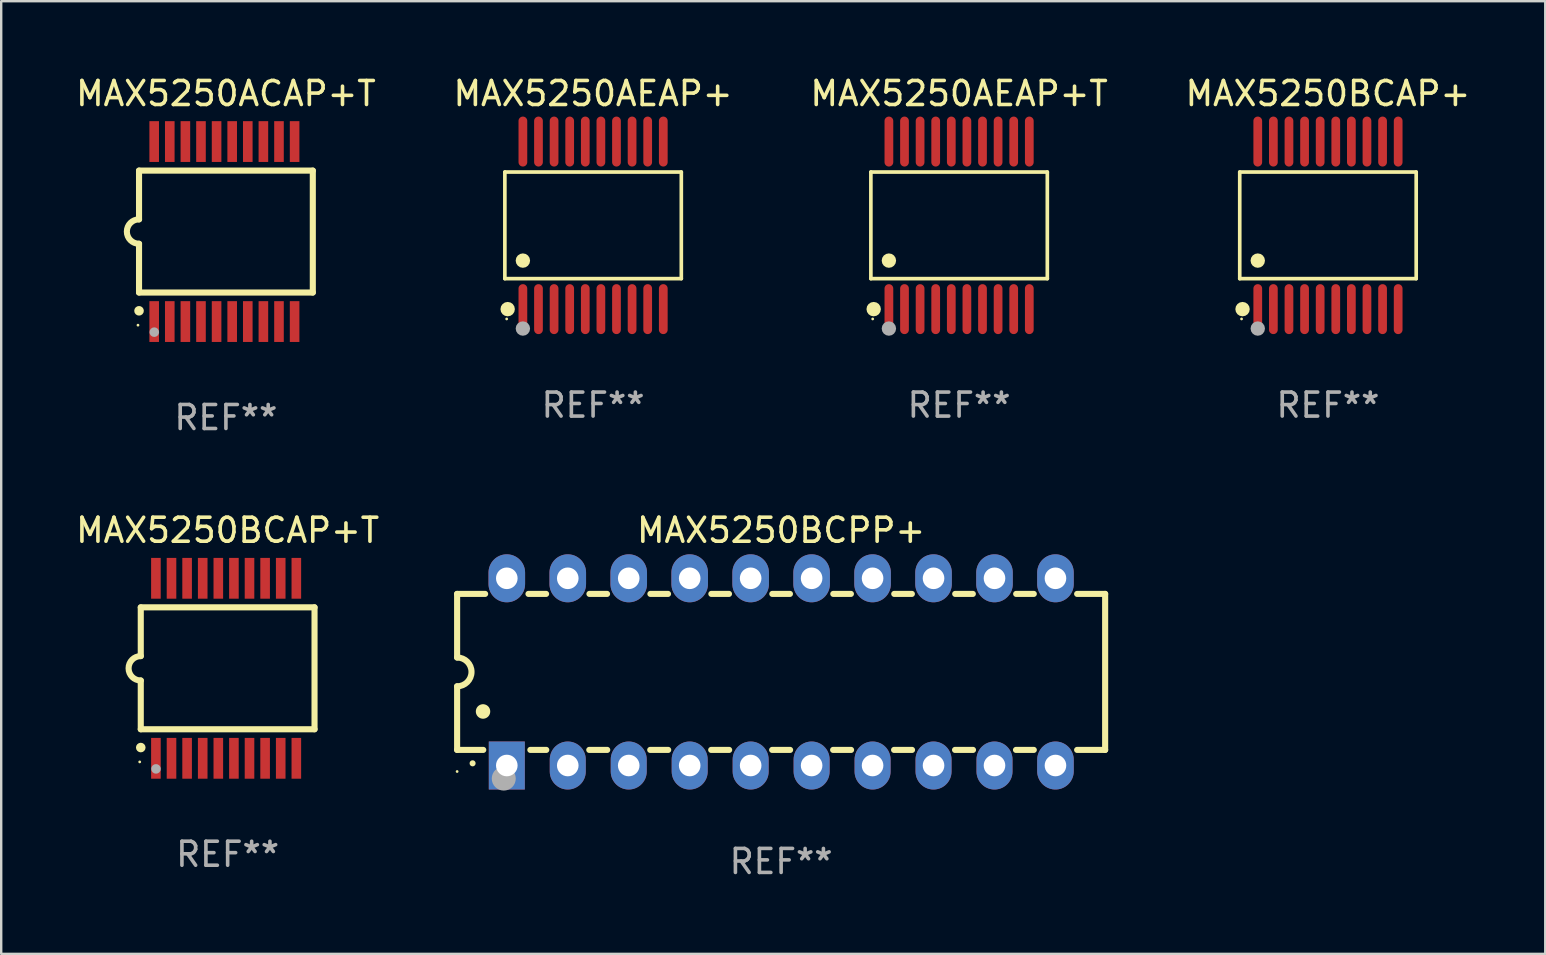
<source format=kicad_pcb>
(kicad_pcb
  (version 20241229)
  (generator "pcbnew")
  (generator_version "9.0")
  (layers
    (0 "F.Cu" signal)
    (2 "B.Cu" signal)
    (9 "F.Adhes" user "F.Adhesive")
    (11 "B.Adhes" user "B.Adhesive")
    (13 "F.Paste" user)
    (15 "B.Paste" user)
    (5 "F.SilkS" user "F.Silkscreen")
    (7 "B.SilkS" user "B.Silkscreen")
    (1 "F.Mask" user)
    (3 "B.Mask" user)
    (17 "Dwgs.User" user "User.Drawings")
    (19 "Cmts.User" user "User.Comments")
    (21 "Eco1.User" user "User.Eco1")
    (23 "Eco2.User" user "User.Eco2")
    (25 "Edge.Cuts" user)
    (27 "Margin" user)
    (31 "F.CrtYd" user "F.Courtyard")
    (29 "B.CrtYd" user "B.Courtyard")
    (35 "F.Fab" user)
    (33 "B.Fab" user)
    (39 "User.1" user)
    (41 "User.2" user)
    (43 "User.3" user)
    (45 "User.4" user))
  (footprint "MAX5250AEAP+T"
    (layer "F.Cu")
    (at 36.911 6.339)
    (property "Reference" "MAX5250AEAP+T" (at 0 -5.491 0) (layer "F.SilkS") (effects (font (size 1 1) (thickness 0.15))))
    (attr through_hole)
    (fp_line (start -3.676 -2.221) (end 3.676 -2.221) (stroke (width 0.152) (type solid)) (layer "F.SilkS"))
    (fp_line (start -3.676 2.221) (end -3.676 -2.221) (stroke (width 0.152) (type solid)) (layer "F.SilkS"))
    (fp_line (start 3.676 -2.221) (end 3.676 2.221) (stroke (width 0.152) (type solid)) (layer "F.SilkS"))
    (fp_line (start 3.676 2.221) (end -3.676 2.221) (stroke (width 0.152) (type solid)) (layer "F.SilkS"))
    (fp_circle (center -3.6 3.9) (end -3.57 3.9) (stroke (width 0.06) (type solid)) (fill no) (layer "F.SilkS"))
    (fp_circle (center -3.559 3.491) (end -3.409 3.491) (stroke (width 0.3) (type solid)) (fill no) (layer "F.SilkS"))
    (fp_circle (center -2.925 1.469) (end -2.775 1.469) (stroke (width 0.3) (type solid)) (fill no) (layer "F.SilkS"))
    (fp_circle (center -2.925 4.3) (end -2.775 4.3) (stroke (width 0.3) (type solid)) (fill no) (layer "F.Fab"))
    (fp_text user "REF**" (at 0 7.491 0) (layer "F.Fab") (effects (font (size 1 1) (thickness 0.15))))
    (pad "1" smd oval (at -2.925 3.491) (size 0.364 2.082) (layers "F.Cu" "F.Mask" "F.Paste"))
    (pad "2" smd oval (at -2.275 3.491) (size 0.364 2.082) (layers "F.Cu" "F.Mask" "F.Paste"))
    (pad "3" smd oval (at -1.625 3.491) (size 0.364 2.082) (layers "F.Cu" "F.Mask" "F.Paste"))
    (pad "4" smd oval (at -0.975 3.491) (size 0.364 2.082) (layers "F.Cu" "F.Mask" "F.Paste"))
    (pad "5" smd oval (at -0.325 3.491) (size 0.364 2.082) (layers "F.Cu" "F.Mask" "F.Paste"))
    (pad "6" smd oval (at 0.325 3.491) (size 0.364 2.082) (layers "F.Cu" "F.Mask" "F.Paste"))
    (pad "7" smd oval (at 0.975 3.491) (size 0.364 2.082) (layers "F.Cu" "F.Mask" "F.Paste"))
    (pad "8" smd oval (at 1.625 3.491) (size 0.364 2.082) (layers "F.Cu" "F.Mask" "F.Paste"))
    (pad "9" smd oval (at 2.275 3.491) (size 0.364 2.082) (layers "F.Cu" "F.Mask" "F.Paste"))
    (pad "10" smd oval (at 2.925 3.491) (size 0.364 2.082) (layers "F.Cu" "F.Mask" "F.Paste"))
    (pad "11" smd oval (at 2.925 -3.491) (size 0.364 2.082) (layers "F.Cu" "F.Mask" "F.Paste"))
    (pad "12" smd oval (at 2.275 -3.491) (size 0.364 2.082) (layers "F.Cu" "F.Mask" "F.Paste"))
    (pad "13" smd oval (at 1.625 -3.491) (size 0.364 2.082) (layers "F.Cu" "F.Mask" "F.Paste"))
    (pad "14" smd oval (at 0.975 -3.491) (size 0.364 2.082) (layers "F.Cu" "F.Mask" "F.Paste"))
    (pad "15" smd oval (at 0.325 -3.491) (size 0.364 2.082) (layers "F.Cu" "F.Mask" "F.Paste"))
    (pad "16" smd oval (at -0.325 -3.491) (size 0.364 2.082) (layers "F.Cu" "F.Mask" "F.Paste"))
    (pad "17" smd oval (at -0.975 -3.491) (size 0.364 2.082) (layers "F.Cu" "F.Mask" "F.Paste"))
    (pad "18" smd oval (at -1.625 -3.491) (size 0.364 2.082) (layers "F.Cu" "F.Mask" "F.Paste"))
    (pad "19" smd oval (at -2.275 -3.491) (size 0.364 2.082) (layers "F.Cu" "F.Mask" "F.Paste"))
    (pad "20" smd oval (at -2.925 -3.491) (size 0.364 2.082) (layers "F.Cu" "F.Mask" "F.Paste")))
  (footprint "MAX5250AEAP+"
    (layer "F.Cu")
    (at 21.661 6.339)
    (property "Reference" "MAX5250AEAP+" (at 0 -5.491 0) (layer "F.SilkS") (effects (font (size 1 1) (thickness 0.15))))
    (attr through_hole)
    (fp_line (start -3.676 -2.221) (end 3.676 -2.221) (stroke (width 0.152) (type solid)) (layer "F.SilkS"))
    (fp_line (start -3.676 2.221) (end -3.676 -2.221) (stroke (width 0.152) (type solid)) (layer "F.SilkS"))
    (fp_line (start 3.676 -2.221) (end 3.676 2.221) (stroke (width 0.152) (type solid)) (layer "F.SilkS"))
    (fp_line (start 3.676 2.221) (end -3.676 2.221) (stroke (width 0.152) (type solid)) (layer "F.SilkS"))
    (fp_circle (center -3.6 3.9) (end -3.57 3.9) (stroke (width 0.06) (type solid)) (fill no) (layer "F.SilkS"))
    (fp_circle (center -3.559 3.491) (end -3.409 3.491) (stroke (width 0.3) (type solid)) (fill no) (layer "F.SilkS"))
    (fp_circle (center -2.925 1.469) (end -2.775 1.469) (stroke (width 0.3) (type solid)) (fill no) (layer "F.SilkS"))
    (fp_circle (center -2.925 4.3) (end -2.775 4.3) (stroke (width 0.3) (type solid)) (fill no) (layer "F.Fab"))
    (fp_text user "REF**" (at 0 7.491 0) (layer "F.Fab") (effects (font (size 1 1) (thickness 0.15))))
    (pad "1" smd oval (at -2.925 3.491) (size 0.364 2.082) (layers "F.Cu" "F.Mask" "F.Paste"))
    (pad "2" smd oval (at -2.275 3.491) (size 0.364 2.082) (layers "F.Cu" "F.Mask" "F.Paste"))
    (pad "3" smd oval (at -1.625 3.491) (size 0.364 2.082) (layers "F.Cu" "F.Mask" "F.Paste"))
    (pad "4" smd oval (at -0.975 3.491) (size 0.364 2.082) (layers "F.Cu" "F.Mask" "F.Paste"))
    (pad "5" smd oval (at -0.325 3.491) (size 0.364 2.082) (layers "F.Cu" "F.Mask" "F.Paste"))
    (pad "6" smd oval (at 0.325 3.491) (size 0.364 2.082) (layers "F.Cu" "F.Mask" "F.Paste"))
    (pad "7" smd oval (at 0.975 3.491) (size 0.364 2.082) (layers "F.Cu" "F.Mask" "F.Paste"))
    (pad "8" smd oval (at 1.625 3.491) (size 0.364 2.082) (layers "F.Cu" "F.Mask" "F.Paste"))
    (pad "9" smd oval (at 2.275 3.491) (size 0.364 2.082) (layers "F.Cu" "F.Mask" "F.Paste"))
    (pad "10" smd oval (at 2.925 3.491) (size 0.364 2.082) (layers "F.Cu" "F.Mask" "F.Paste"))
    (pad "11" smd oval (at 2.925 -3.491) (size 0.364 2.082) (layers "F.Cu" "F.Mask" "F.Paste"))
    (pad "12" smd oval (at 2.275 -3.491) (size 0.364 2.082) (layers "F.Cu" "F.Mask" "F.Paste"))
    (pad "13" smd oval (at 1.625 -3.491) (size 0.364 2.082) (layers "F.Cu" "F.Mask" "F.Paste"))
    (pad "14" smd oval (at 0.975 -3.491) (size 0.364 2.082) (layers "F.Cu" "F.Mask" "F.Paste"))
    (pad "15" smd oval (at 0.325 -3.491) (size 0.364 2.082) (layers "F.Cu" "F.Mask" "F.Paste"))
    (pad "16" smd oval (at -0.325 -3.491) (size 0.364 2.082) (layers "F.Cu" "F.Mask" "F.Paste"))
    (pad "17" smd oval (at -0.975 -3.491) (size 0.364 2.082) (layers "F.Cu" "F.Mask" "F.Paste"))
    (pad "18" smd oval (at -1.625 -3.491) (size 0.364 2.082) (layers "F.Cu" "F.Mask" "F.Paste"))
    (pad "19" smd oval (at -2.275 -3.491) (size 0.364 2.082) (layers "F.Cu" "F.Mask" "F.Paste"))
    (pad "20" smd oval (at -2.925 -3.491) (size 0.364 2.082) (layers "F.Cu" "F.Mask" "F.Paste")))
  (footprint "MAX5250BCAP+T"
    (layer "F.Cu")
    (at 6.435 24.795)
    (property "Reference" "MAX5250BCAP+T" (at 0 -5.75 0) (layer "F.SilkS") (effects (font (size 1 1) (thickness 0.15))))
    (attr through_hole)
    (fp_line (start -3.62 -2.54) (end 3.62 -2.54) (stroke (width 0.254) (type solid)) (layer "F.SilkS"))
    (fp_line (start -3.62 -0.508) (end -3.62 -2.54) (stroke (width 0.254) (type solid)) (layer "F.SilkS"))
    (fp_line (start -3.62 2.54) (end -3.62 0.508) (stroke (width 0.254) (type solid)) (layer "F.SilkS"))
    (fp_line (start 3.62 -2.54) (end 3.62 2.54) (stroke (width 0.254) (type solid)) (layer "F.SilkS"))
    (fp_line (start 3.62 2.54) (end -3.62 2.54) (stroke (width 0.254) (type solid)) (layer "F.SilkS"))
    (fp_arc (start -3.619507 0.508052) (mid -4.125607 0.000051) (end -3.619507 -0.50795) (stroke (width 0.254001) (type solid)) (layer "F.SilkS"))
    (fp_circle (center -3.664 3.9) (end -3.634 3.9) (stroke (width 0.06) (type solid)) (fill no) (layer "F.SilkS"))
    (fp_circle (center -3.62 3.302) (end -3.52 3.302) (stroke (width 0.2) (type solid)) (fill no) (layer "F.SilkS"))
    (fp_circle (center -2.985 4.191) (end -2.885 4.191) (stroke (width 0.2) (type solid)) (fill no) (layer "F.Fab"))
    (fp_text user "REF**" (at 0 7.75 0) (layer "F.Fab") (effects (font (size 1 1) (thickness 0.15))))
    (pad "1" smd rect (at -2.989 3.75) (size 0.4 1.7) (layers "F.Cu" "F.Mask" "F.Paste"))
    (pad "2" smd rect (at -2.339 3.75) (size 0.4 1.7) (layers "F.Cu" "F.Mask" "F.Paste"))
    (pad "3" smd rect (at -1.689 3.75) (size 0.4 1.7) (layers "F.Cu" "F.Mask" "F.Paste"))
    (pad "4" smd rect (at -1.039 3.75) (size 0.4 1.7) (layers "F.Cu" "F.Mask" "F.Paste"))
    (pad "5" smd rect (at -0.389 3.75) (size 0.4 1.7) (layers "F.Cu" "F.Mask" "F.Paste"))
    (pad "6" smd rect (at 0.261 3.75) (size 0.4 1.7) (layers "F.Cu" "F.Mask" "F.Paste"))
    (pad "7" smd rect (at 0.911 3.75) (size 0.4 1.7) (layers "F.Cu" "F.Mask" "F.Paste"))
    (pad "8" smd rect (at 1.561 3.75) (size 0.4 1.7) (layers "F.Cu" "F.Mask" "F.Paste"))
    (pad "9" smd rect (at 2.211 3.75) (size 0.4 1.7) (layers "F.Cu" "F.Mask" "F.Paste"))
    (pad "10" smd rect (at 2.862 3.75) (size 0.4 1.7) (layers "F.Cu" "F.Mask" "F.Paste"))
    (pad "11" smd rect (at 2.862 -3.75) (size 0.4 1.7) (layers "F.Cu" "F.Mask" "F.Paste"))
    (pad "12" smd rect (at 2.211 -3.75) (size 0.4 1.7) (layers "F.Cu" "F.Mask" "F.Paste"))
    (pad "13" smd rect (at 1.561 -3.75) (size 0.4 1.7) (layers "F.Cu" "F.Mask" "F.Paste"))
    (pad "14" smd rect (at 0.911 -3.75) (size 0.4 1.7) (layers "F.Cu" "F.Mask" "F.Paste"))
    (pad "15" smd rect (at 0.261 -3.75) (size 0.4 1.7) (layers "F.Cu" "F.Mask" "F.Paste"))
    (pad "16" smd rect (at -0.389 -3.75) (size 0.4 1.7) (layers "F.Cu" "F.Mask" "F.Paste"))
    (pad "17" smd rect (at -1.039 -3.75) (size 0.4 1.7) (layers "F.Cu" "F.Mask" "F.Paste"))
    (pad "18" smd rect (at -1.689 -3.75) (size 0.4 1.7) (layers "F.Cu" "F.Mask" "F.Paste"))
    (pad "19" smd rect (at -2.339 -3.75) (size 0.4 1.7) (layers "F.Cu" "F.Mask" "F.Paste"))
    (pad "20" smd rect (at -2.989 -3.75) (size 0.4 1.7) (layers "F.Cu" "F.Mask" "F.Paste")))
  (footprint "MAX5250BCPP+"
    (layer "F.Cu")
    (at 29.496 24.945)
    (property "Reference" "MAX5250BCPP+" (at 0 -5.9 0) (layer "F.SilkS") (effects (font (size 1 1) (thickness 0.15))))
    (attr through_hole)
    (fp_line (start -13.5 -3.25) (end -12.333 -3.25) (stroke (width 0.254) (type solid)) (layer "F.SilkS"))
    (fp_line (start -13.5 -0.6) (end -13.5 -3.25) (stroke (width 0.254) (type solid)) (layer "F.SilkS"))
    (fp_line (start -13.5 3.25) (end -13.5 0.6) (stroke (width 0.254) (type solid)) (layer "F.SilkS"))
    (fp_line (start -13.5 3.25) (end -12.411 3.25) (stroke (width 0.254) (type solid)) (layer "F.SilkS"))
    (fp_line (start -10.527 -3.25) (end -9.793 -3.25) (stroke (width 0.254) (type solid)) (layer "F.SilkS"))
    (fp_line (start -10.449 3.25) (end -9.786 3.25) (stroke (width 0.254) (type solid)) (layer "F.SilkS"))
    (fp_line (start -7.994 3.25) (end -7.246 3.25) (stroke (width 0.254) (type solid)) (layer "F.SilkS"))
    (fp_line (start -7.987 -3.25) (end -7.253 -3.25) (stroke (width 0.254) (type solid)) (layer "F.SilkS"))
    (fp_line (start -5.454 3.25) (end -4.706 3.25) (stroke (width 0.254) (type solid)) (layer "F.SilkS"))
    (fp_line (start -5.447 -3.25) (end -4.713 -3.25) (stroke (width 0.254) (type solid)) (layer "F.SilkS"))
    (fp_line (start -2.914 3.25) (end -2.166 3.25) (stroke (width 0.254) (type solid)) (layer "F.SilkS"))
    (fp_line (start -2.907 -3.25) (end -2.173 -3.25) (stroke (width 0.254) (type solid)) (layer "F.SilkS"))
    (fp_line (start -0.374 3.25) (end 0.374 3.25) (stroke (width 0.254) (type solid)) (layer "F.SilkS"))
    (fp_line (start -0.367 -3.25) (end 0.367 -3.25) (stroke (width 0.254) (type solid)) (layer "F.SilkS"))
    (fp_line (start 2.166 3.25) (end 2.914 3.25) (stroke (width 0.254) (type solid)) (layer "F.SilkS"))
    (fp_line (start 2.173 -3.25) (end 2.907 -3.25) (stroke (width 0.254) (type solid)) (layer "F.SilkS"))
    (fp_line (start 4.706 3.25) (end 5.454 3.25) (stroke (width 0.254) (type solid)) (layer "F.SilkS"))
    (fp_line (start 4.713 -3.25) (end 5.447 -3.25) (stroke (width 0.254) (type solid)) (layer "F.SilkS"))
    (fp_line (start 7.246 3.25) (end 7.994 3.25) (stroke (width 0.254) (type solid)) (layer "F.SilkS"))
    (fp_line (start 7.253 -3.25) (end 7.987 -3.25) (stroke (width 0.254) (type solid)) (layer "F.SilkS"))
    (fp_line (start 9.786 3.25) (end 10.527 3.25) (stroke (width 0.254) (type solid)) (layer "F.SilkS"))
    (fp_line (start 9.793 -3.25) (end 10.527 -3.25) (stroke (width 0.254) (type solid)) (layer "F.SilkS"))
    (fp_line (start 12.333 -3.25) (end 13.5 -3.25) (stroke (width 0.254) (type solid)) (layer "F.SilkS"))
    (fp_line (start 12.333 3.25) (end 13.5 3.25) (stroke (width 0.254) (type solid)) (layer "F.SilkS"))
    (fp_line (start 13.5 -3.25) (end 13.5 3.25) (stroke (width 0.254) (type solid)) (layer "F.SilkS"))
    (fp_arc (start -13.500127 -0.599442) (mid -12.900406 0.000228) (end -13.500025 0.6) (stroke (width 0.254001) (type solid)) (layer "F.SilkS"))
    (fp_arc (start -12.854966 3.810008) (mid -12.854973 3.808738) (end -12.854966 3.807468) (stroke (width 0.25) (type solid)) (layer "F.SilkS"))
    (fp_arc (start -12.420625 1.651003) (mid -12.420636 1.648463) (end -12.420625 1.645923) (stroke (width 0.6) (type solid)) (layer "F.SilkS"))
    (fp_circle (center -13.5 4.15) (end -13.47 4.15) (stroke (width 0.06) (type solid)) (fill no) (layer "F.SilkS"))
    (fp_circle (center -11.557 4.445) (end -11.307 4.445) (stroke (width 0.5) (type solid)) (fill no) (layer "F.Fab"))
    (fp_text user "REF**" (at 0 7.9 0) (layer "F.Fab") (effects (font (size 1 1) (thickness 0.15))))
    (pad "1" thru_hole rect (at -11.43 3.9 90) (size 2 1.5) (drill 0.9) (layers "*.Cu" "*.Mask"))
    (pad "2" thru_hole oval (at -8.89 3.9 90) (size 2 1.5) (drill 0.9) (layers "*.Cu" "*.Mask"))
    (pad "3" thru_hole oval (at -6.35 3.9 90) (size 2 1.5) (drill 0.9) (layers "*.Cu" "*.Mask"))
    (pad "4" thru_hole oval (at -3.81 3.9 90) (size 2 1.5) (drill 0.9) (layers "*.Cu" "*.Mask"))
    (pad "5" thru_hole oval (at -1.27 3.9 90) (size 2 1.5) (drill 0.9) (layers "*.Cu" "*.Mask"))
    (pad "6" thru_hole oval (at 1.27 3.9 90) (size 2 1.5) (drill 0.9) (layers "*.Cu" "*.Mask"))
    (pad "7" thru_hole oval (at 3.81 3.9 90) (size 2 1.5) (drill 0.9) (layers "*.Cu" "*.Mask"))
    (pad "8" thru_hole oval (at 6.35 3.9 90) (size 2 1.5) (drill 0.9) (layers "*.Cu" "*.Mask"))
    (pad "9" thru_hole oval (at 8.89 3.9 90) (size 2 1.5) (drill 0.9) (layers "*.Cu" "*.Mask"))
    (pad "10" thru_hole oval (at 11.43 3.9 90) (size 2 1.524) (drill 0.9) (layers "*.Cu" "*.Mask"))
    (pad "11" thru_hole oval (at 11.43 -3.9 90) (size 2 1.524) (drill 0.9) (layers "*.Cu" "*.Mask"))
    (pad "12" thru_hole oval (at 8.89 -3.9 90) (size 2 1.524) (drill 0.9) (layers "*.Cu" "*.Mask"))
    (pad "13" thru_hole oval (at 6.35 -3.9 90) (size 2 1.524) (drill 0.9) (layers "*.Cu" "*.Mask"))
    (pad "14" thru_hole oval (at 3.81 -3.9 90) (size 2 1.524) (drill 0.9) (layers "*.Cu" "*.Mask"))
    (pad "15" thru_hole oval (at 1.27 -3.9 90) (size 2 1.524) (drill 0.9) (layers "*.Cu" "*.Mask"))
    (pad "16" thru_hole oval (at -1.27 -3.9 90) (size 2 1.524) (drill 0.9) (layers "*.Cu" "*.Mask"))
    (pad "17" thru_hole oval (at -3.81 -3.9 90) (size 2 1.524) (drill 0.9) (layers "*.Cu" "*.Mask"))
    (pad "18" thru_hole oval (at -6.35 -3.9 90) (size 2 1.524) (drill 0.9) (layers "*.Cu" "*.Mask"))
    (pad "19" thru_hole oval (at -8.89 -3.9 90) (size 2 1.524) (drill 0.9) (layers "*.Cu" "*.Mask"))
    (pad "20" thru_hole oval (at -11.43 -3.9 90) (size 2 1.524) (drill 0.9) (layers "*.Cu" "*.Mask")))
  (footprint "MAX5250ACAP+T"
    (layer "F.Cu")
    (at 6.363 6.598)
    (property "Reference" "MAX5250ACAP+T" (at 0 -5.75 0) (layer "F.SilkS") (effects (font (size 1 1) (thickness 0.15))))
    (attr through_hole)
    (fp_line (start -3.62 -2.54) (end 3.62 -2.54) (stroke (width 0.254) (type solid)) (layer "F.SilkS"))
    (fp_line (start -3.62 -0.508) (end -3.62 -2.54) (stroke (width 0.254) (type solid)) (layer "F.SilkS"))
    (fp_line (start -3.62 2.54) (end -3.62 0.508) (stroke (width 0.254) (type solid)) (layer "F.SilkS"))
    (fp_line (start 3.62 -2.54) (end 3.62 2.54) (stroke (width 0.254) (type solid)) (layer "F.SilkS"))
    (fp_line (start 3.62 2.54) (end -3.62 2.54) (stroke (width 0.254) (type solid)) (layer "F.SilkS"))
    (fp_arc (start -3.619507 0.508052) (mid -4.125607 0.000051) (end -3.619507 -0.50795) (stroke (width 0.254001) (type solid)) (layer "F.SilkS"))
    (fp_circle (center -3.664 3.9) (end -3.634 3.9) (stroke (width 0.06) (type solid)) (fill no) (layer "F.SilkS"))
    (fp_circle (center -3.62 3.302) (end -3.52 3.302) (stroke (width 0.2) (type solid)) (fill no) (layer "F.SilkS"))
    (fp_circle (center -2.985 4.191) (end -2.885 4.191) (stroke (width 0.2) (type solid)) (fill no) (layer "F.Fab"))
    (fp_text user "REF**" (at 0 7.75 0) (layer "F.Fab") (effects (font (size 1 1) (thickness 0.15))))
    (pad "1" smd rect (at -2.989 3.75) (size 0.4 1.7) (layers "F.Cu" "F.Mask" "F.Paste"))
    (pad "2" smd rect (at -2.339 3.75) (size 0.4 1.7) (layers "F.Cu" "F.Mask" "F.Paste"))
    (pad "3" smd rect (at -1.689 3.75) (size 0.4 1.7) (layers "F.Cu" "F.Mask" "F.Paste"))
    (pad "4" smd rect (at -1.039 3.75) (size 0.4 1.7) (layers "F.Cu" "F.Mask" "F.Paste"))
    (pad "5" smd rect (at -0.389 3.75) (size 0.4 1.7) (layers "F.Cu" "F.Mask" "F.Paste"))
    (pad "6" smd rect (at 0.261 3.75) (size 0.4 1.7) (layers "F.Cu" "F.Mask" "F.Paste"))
    (pad "7" smd rect (at 0.911 3.75) (size 0.4 1.7) (layers "F.Cu" "F.Mask" "F.Paste"))
    (pad "8" smd rect (at 1.561 3.75) (size 0.4 1.7) (layers "F.Cu" "F.Mask" "F.Paste"))
    (pad "9" smd rect (at 2.211 3.75) (size 0.4 1.7) (layers "F.Cu" "F.Mask" "F.Paste"))
    (pad "10" smd rect (at 2.862 3.75) (size 0.4 1.7) (layers "F.Cu" "F.Mask" "F.Paste"))
    (pad "11" smd rect (at 2.862 -3.75) (size 0.4 1.7) (layers "F.Cu" "F.Mask" "F.Paste"))
    (pad "12" smd rect (at 2.211 -3.75) (size 0.4 1.7) (layers "F.Cu" "F.Mask" "F.Paste"))
    (pad "13" smd rect (at 1.561 -3.75) (size 0.4 1.7) (layers "F.Cu" "F.Mask" "F.Paste"))
    (pad "14" smd rect (at 0.911 -3.75) (size 0.4 1.7) (layers "F.Cu" "F.Mask" "F.Paste"))
    (pad "15" smd rect (at 0.261 -3.75) (size 0.4 1.7) (layers "F.Cu" "F.Mask" "F.Paste"))
    (pad "16" smd rect (at -0.389 -3.75) (size 0.4 1.7) (layers "F.Cu" "F.Mask" "F.Paste"))
    (pad "17" smd rect (at -1.039 -3.75) (size 0.4 1.7) (layers "F.Cu" "F.Mask" "F.Paste"))
    (pad "18" smd rect (at -1.689 -3.75) (size 0.4 1.7) (layers "F.Cu" "F.Mask" "F.Paste"))
    (pad "19" smd rect (at -2.339 -3.75) (size 0.4 1.7) (layers "F.Cu" "F.Mask" "F.Paste"))
    (pad "20" smd rect (at -2.989 -3.75) (size 0.4 1.7) (layers "F.Cu" "F.Mask" "F.Paste")))
  (footprint "MAX5250BCAP+"
    (layer "F.Cu")
    (at 52.28 6.339)
    (property "Reference" "MAX5250BCAP+" (at 0 -5.491 0) (layer "F.SilkS") (effects (font (size 1 1) (thickness 0.15))))
    (attr through_hole)
    (fp_line (start -3.676 -2.221) (end 3.676 -2.221) (stroke (width 0.152) (type solid)) (layer "F.SilkS"))
    (fp_line (start -3.676 2.221) (end -3.676 -2.221) (stroke (width 0.152) (type solid)) (layer "F.SilkS"))
    (fp_line (start 3.676 -2.221) (end 3.676 2.221) (stroke (width 0.152) (type solid)) (layer "F.SilkS"))
    (fp_line (start 3.676 2.221) (end -3.676 2.221) (stroke (width 0.152) (type solid)) (layer "F.SilkS"))
    (fp_circle (center -3.6 3.9) (end -3.57 3.9) (stroke (width 0.06) (type solid)) (fill no) (layer "F.SilkS"))
    (fp_circle (center -3.559 3.491) (end -3.409 3.491) (stroke (width 0.3) (type solid)) (fill no) (layer "F.SilkS"))
    (fp_circle (center -2.925 1.469) (end -2.775 1.469) (stroke (width 0.3) (type solid)) (fill no) (layer "F.SilkS"))
    (fp_circle (center -2.925 4.3) (end -2.775 4.3) (stroke (width 0.3) (type solid)) (fill no) (layer "F.Fab"))
    (fp_text user "REF**" (at 0 7.491 0) (layer "F.Fab") (effects (font (size 1 1) (thickness 0.15))))
    (pad "1" smd oval (at -2.925 3.491) (size 0.364 2.082) (layers "F.Cu" "F.Mask" "F.Paste"))
    (pad "2" smd oval (at -2.275 3.491) (size 0.364 2.082) (layers "F.Cu" "F.Mask" "F.Paste"))
    (pad "3" smd oval (at -1.625 3.491) (size 0.364 2.082) (layers "F.Cu" "F.Mask" "F.Paste"))
    (pad "4" smd oval (at -0.975 3.491) (size 0.364 2.082) (layers "F.Cu" "F.Mask" "F.Paste"))
    (pad "5" smd oval (at -0.325 3.491) (size 0.364 2.082) (layers "F.Cu" "F.Mask" "F.Paste"))
    (pad "6" smd oval (at 0.325 3.491) (size 0.364 2.082) (layers "F.Cu" "F.Mask" "F.Paste"))
    (pad "7" smd oval (at 0.975 3.491) (size 0.364 2.082) (layers "F.Cu" "F.Mask" "F.Paste"))
    (pad "8" smd oval (at 1.625 3.491) (size 0.364 2.082) (layers "F.Cu" "F.Mask" "F.Paste"))
    (pad "9" smd oval (at 2.275 3.491) (size 0.364 2.082) (layers "F.Cu" "F.Mask" "F.Paste"))
    (pad "10" smd oval (at 2.925 3.491) (size 0.364 2.082) (layers "F.Cu" "F.Mask" "F.Paste"))
    (pad "11" smd oval (at 2.925 -3.491) (size 0.364 2.082) (layers "F.Cu" "F.Mask" "F.Paste"))
    (pad "12" smd oval (at 2.275 -3.491) (size 0.364 2.082) (layers "F.Cu" "F.Mask" "F.Paste"))
    (pad "13" smd oval (at 1.625 -3.491) (size 0.364 2.082) (layers "F.Cu" "F.Mask" "F.Paste"))
    (pad "14" smd oval (at 0.975 -3.491) (size 0.364 2.082) (layers "F.Cu" "F.Mask" "F.Paste"))
    (pad "15" smd oval (at 0.325 -3.491) (size 0.364 2.082) (layers "F.Cu" "F.Mask" "F.Paste"))
    (pad "16" smd oval (at -0.325 -3.491) (size 0.364 2.082) (layers "F.Cu" "F.Mask" "F.Paste"))
    (pad "17" smd oval (at -0.975 -3.491) (size 0.364 2.082) (layers "F.Cu" "F.Mask" "F.Paste"))
    (pad "18" smd oval (at -1.625 -3.491) (size 0.364 2.082) (layers "F.Cu" "F.Mask" "F.Paste"))
    (pad "19" smd oval (at -2.275 -3.491) (size 0.364 2.082) (layers "F.Cu" "F.Mask" "F.Paste"))
    (pad "20" smd oval (at -2.925 -3.491) (size 0.364 2.082) (layers "F.Cu" "F.Mask" "F.Paste")))
  (gr_rect
    (start -3 -3)
    (end 61.333 36.693)
    (stroke (width 0.1) (type default))
    (fill no)
    (layer "Edge.Cuts")))
</source>
